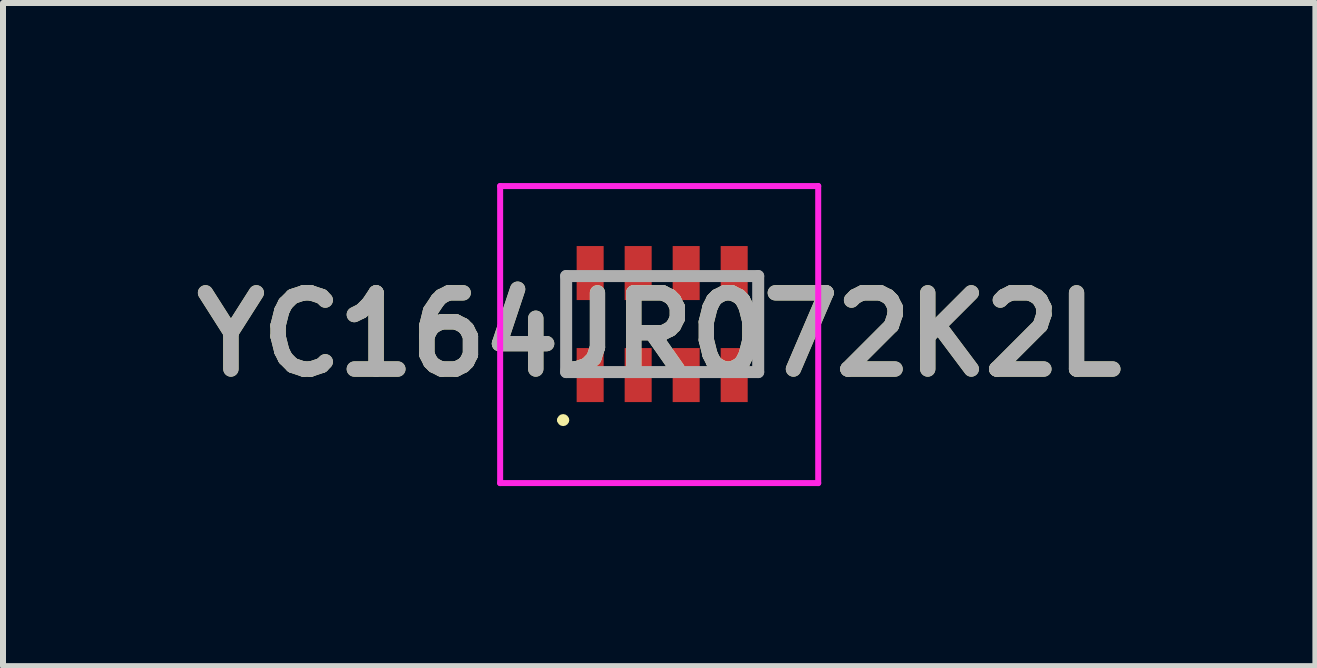
<source format=kicad_pcb>
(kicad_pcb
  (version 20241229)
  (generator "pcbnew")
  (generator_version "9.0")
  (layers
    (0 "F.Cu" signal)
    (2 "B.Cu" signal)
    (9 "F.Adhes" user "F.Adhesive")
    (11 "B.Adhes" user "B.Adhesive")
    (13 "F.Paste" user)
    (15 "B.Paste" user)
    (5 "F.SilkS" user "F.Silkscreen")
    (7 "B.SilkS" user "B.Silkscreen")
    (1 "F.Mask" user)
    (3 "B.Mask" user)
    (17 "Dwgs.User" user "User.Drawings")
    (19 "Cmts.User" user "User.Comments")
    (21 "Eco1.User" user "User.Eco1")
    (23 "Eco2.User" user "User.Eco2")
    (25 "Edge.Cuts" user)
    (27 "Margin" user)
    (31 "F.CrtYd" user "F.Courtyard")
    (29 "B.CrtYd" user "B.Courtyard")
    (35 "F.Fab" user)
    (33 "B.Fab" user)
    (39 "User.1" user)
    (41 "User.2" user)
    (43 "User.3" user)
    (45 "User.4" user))
  (footprint "YC164JR072K2L"
    (layer "F.Cu")
    (at 7.984 2.35)
    (property "Reference" "YC164JR072K2L" (at -0.05 0.175 0) (layer "F.SilkS") (effects (font (size 1.27 1.27) (thickness 0.254))))
    (attr smd)
    (fp_line (start -1.7 1.6) (end -1.7 1.6) (stroke (width 0.1) (type solid)) (layer "F.SilkS"))
    (fp_line (start -1.6 0.4) (end -1.6 -0.8) (stroke (width 0.1) (type solid)) (layer "F.SilkS"))
    (fp_line (start -1.6 1.6) (end -1.6 1.6) (stroke (width 0.1) (type solid)) (layer "F.SilkS"))
    (fp_line (start 1.6 0.8) (end 1.6 -0.8) (stroke (width 0.1) (type solid)) (layer "F.SilkS"))
    (fp_arc (start -1.7 1.6) (mid -1.65 1.55) (end -1.6 1.6) (stroke (width 0.1) (type solid)) (layer "F.SilkS"))
    (fp_arc (start -1.6 1.6) (mid -1.65 1.65) (end -1.7 1.6) (stroke (width 0.1) (type solid)) (layer "F.SilkS"))
    (fp_line (start -2.7 -2.3) (end 2.6 -2.3) (stroke (width 0.1) (type solid)) (layer "F.CrtYd"))
    (fp_line (start -2.7 2.65) (end -2.7 -2.3) (stroke (width 0.1) (type solid)) (layer "F.CrtYd"))
    (fp_line (start 2.6 -2.3) (end 2.6 2.65) (stroke (width 0.1) (type solid)) (layer "F.CrtYd"))
    (fp_line (start 2.6 2.65) (end -2.7 2.65) (stroke (width 0.1) (type solid)) (layer "F.CrtYd"))
    (fp_line (start -1.6 -0.8) (end 1.6 -0.8) (stroke (width 0.2) (type solid)) (layer "F.Fab"))
    (fp_line (start -1.6 0.8) (end -1.6 -0.8) (stroke (width 0.2) (type solid)) (layer "F.Fab"))
    (fp_line (start 1.6 -0.8) (end 1.6 0.8) (stroke (width 0.2) (type solid)) (layer "F.Fab"))
    (fp_line (start 1.6 0.8) (end -1.6 0.8) (stroke (width 0.2) (type solid)) (layer "F.Fab"))
    (fp_text user "${REFERENCE}" (at -0.05 0.175 0) (layer "F.Fab") (effects (font (size 1.27 1.27) (thickness 0.254))))
    (pad "1" smd rect (at -1.2 0.85) (size 0.45 0.9) (layers "F.Cu" "F.Mask" "F.Paste"))
    (pad "2" smd rect (at -0.4 0.85) (size 0.45 0.9) (layers "F.Cu" "F.Mask" "F.Paste"))
    (pad "3" smd rect (at 0.4 0.85) (size 0.45 0.9) (layers "F.Cu" "F.Mask" "F.Paste"))
    (pad "4" smd rect (at 1.2 0.85) (size 0.45 0.9) (layers "F.Cu" "F.Mask" "F.Paste"))
    (pad "5" smd rect (at 1.2 -0.85) (size 0.45 0.9) (layers "F.Cu" "F.Mask" "F.Paste"))
    (pad "6" smd rect (at 0.4 -0.85) (size 0.45 0.9) (layers "F.Cu" "F.Mask" "F.Paste"))
    (pad "7" smd rect (at -0.4 -0.85) (size 0.45 0.9) (layers "F.Cu" "F.Mask" "F.Paste"))
    (pad "8" smd rect (at -1.2 -0.85) (size 0.45 0.9) (layers "F.Cu" "F.Mask" "F.Paste")))
  (gr_rect
    (start -3 -3)
    (end 18.869 8.05)
    (stroke (width 0.1) (type default))
    (fill no)
    (layer "Edge.Cuts")))
</source>
